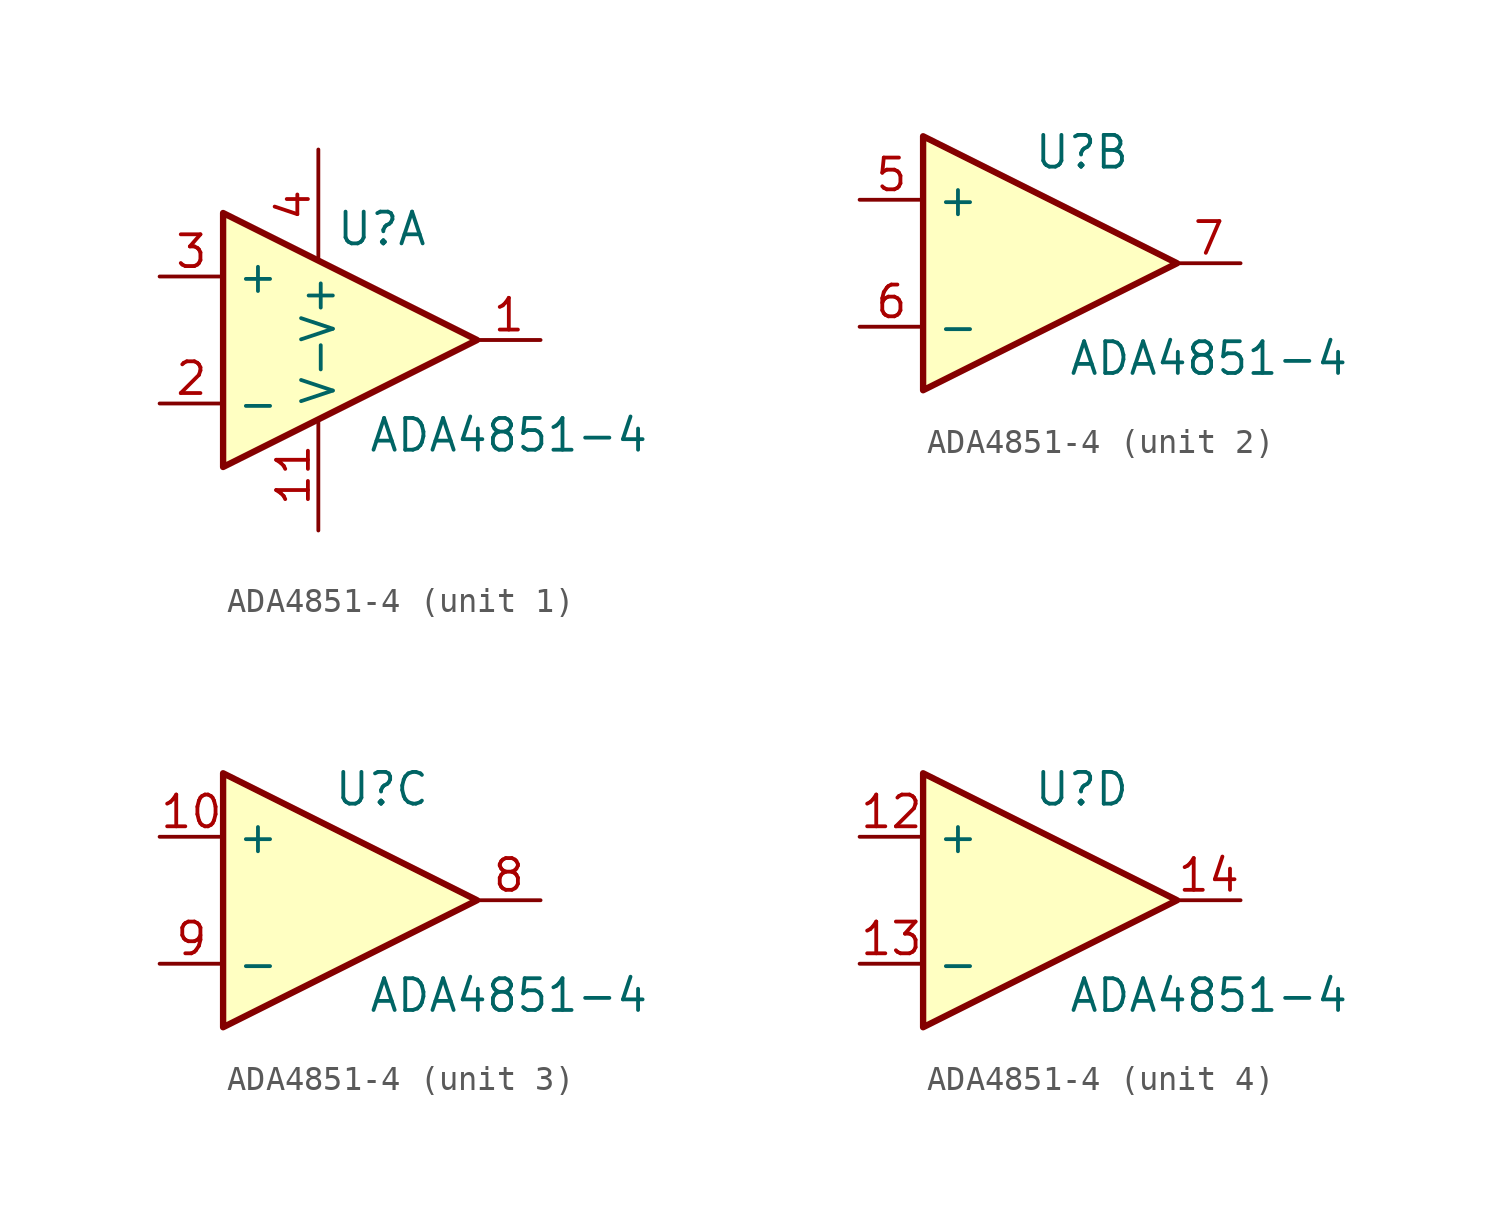
<source format=kicad_sym>
(kicad_symbol_lib
  (version 20211014)
  (generator kicad_symbol_editor)
  (symbol "ADA4851-4"
    (property "Reference" "U"
      (at 2.54 -0.635 0)
      (effects (font (size 1.27 1.27))))
    (property "Value" "ADA4851-4"
      (at 7.62 -8.89 0)
      (effects (font (size 1.27 1.27))))
    (property "ki_locked" ""
      (at 0 0 0)
      (effects (font (size 1.27 1.27))))
    (symbol "ADA4851-4_0_1"
      (polyline (pts (xy -3.81 0) (xy 6.35 -5.08) (xy -3.81 -10.16) (xy -3.81 0)) (stroke (width 0.254) (type default) (color 0 0 0 0)) (fill (type background))))
    (symbol "ADA4851-4_1_1"
      (pin output line (at 8.89 -5.08 180) (length 2.54) (name "~" (effects (font (size 1.27 1.27)))) (number "1" (effects (font (size 1.27 1.27)))))
      (pin power_in line (at 0 -12.7 90) (length 4.445) (name "V-" (effects (font (size 1.27 1.27)))) (number "11" (effects (font (size 1.27 1.27)))))
      (pin input line (at -6.35 -7.62 0) (length 2.54) (name "-" (effects (font (size 1.27 1.27)))) (number "2" (effects (font (size 1.27 1.27)))))
      (pin input line (at -6.35 -2.54 0) (length 2.54) (name "+" (effects (font (size 1.27 1.27)))) (number "3" (effects (font (size 1.27 1.27)))))
      (pin power_in line (at 0 2.54 270) (length 4.445) (name "V+" (effects (font (size 1.27 1.27)))) (number "4" (effects (font (size 1.27 1.27))))))
    (symbol "ADA4851-4_2_1"
      (pin input line (at -6.35 -2.54 0) (length 2.54) (name "+" (effects (font (size 1.27 1.27)))) (number "5" (effects (font (size 1.27 1.27)))))
      (pin input line (at -6.35 -7.62 0) (length 2.54) (name "-" (effects (font (size 1.27 1.27)))) (number "6" (effects (font (size 1.27 1.27)))))
      (pin output line (at 8.89 -5.08 180) (length 2.54) (name "~" (effects (font (size 1.27 1.27)))) (number "7" (effects (font (size 1.27 1.27))))))
    (symbol "ADA4851-4_3_1"
      (pin input line (at -6.35 -2.54 0) (length 2.54) (name "+" (effects (font (size 1.27 1.27)))) (number "10" (effects (font (size 1.27 1.27)))))
      (pin output line (at 8.89 -5.08 180) (length 2.54) (name "~" (effects (font (size 1.27 1.27)))) (number "8" (effects (font (size 1.27 1.27)))))
      (pin input line (at -6.35 -7.62 0) (length 2.54) (name "-" (effects (font (size 1.27 1.27)))) (number "9" (effects (font (size 1.27 1.27))))))
    (symbol "ADA4851-4_4_1"
      (pin input line (at -6.35 -2.54 0) (length 2.54) (name "+" (effects (font (size 1.27 1.27)))) (number "12" (effects (font (size 1.27 1.27)))))
      (pin input line (at -6.35 -7.62 0) (length 2.54) (name "-" (effects (font (size 1.27 1.27)))) (number "13" (effects (font (size 1.27 1.27)))))
      (pin output line (at 8.89 -5.08 180) (length 2.54) (name "~" (effects (font (size 1.27 1.27)))) (number "14" (effects (font (size 1.27 1.27))))))))
</source>
